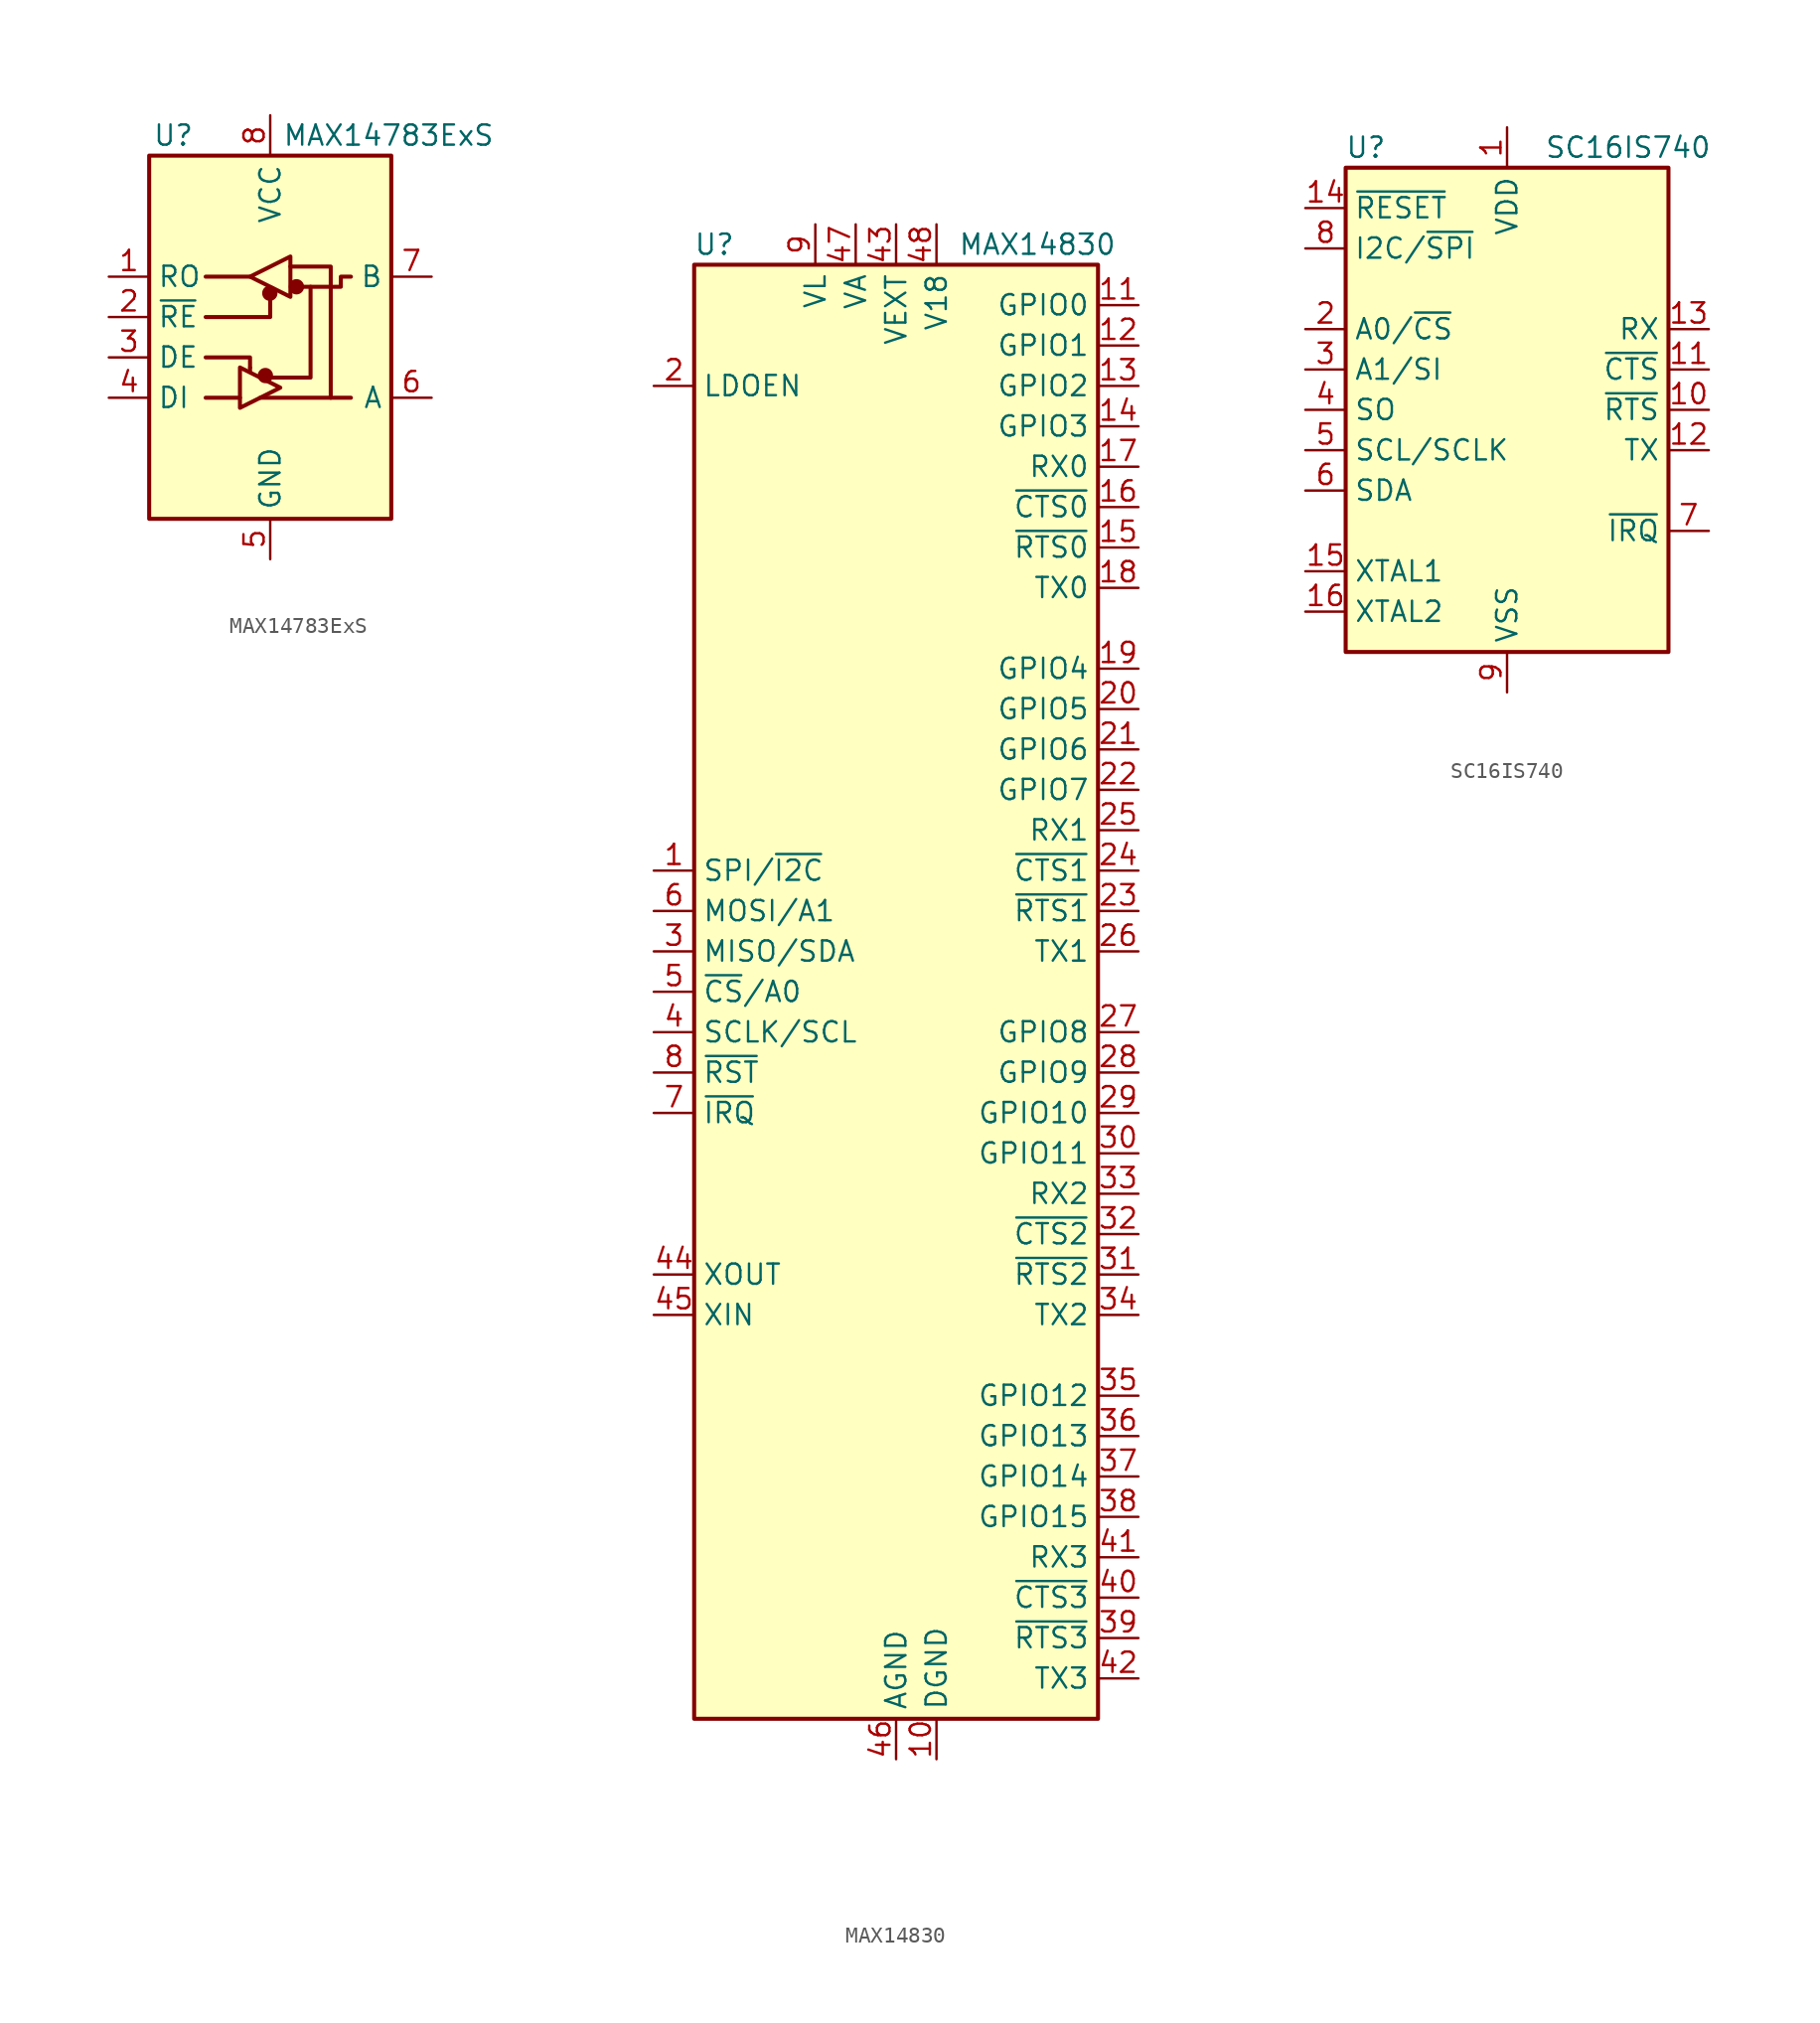
<source format=kicad_sym>
(kicad_symbol_lib
  (version 20201005)
  (generator kicad_symbol_editor)
  (symbol "Interface_UART:MAX14783ExS"
    (property "Reference" "U"
      (at -6.096 11.43 0)
      (effects (font (size 1.27 1.27))))
    (property "Value" "MAX14783ExS"
      (at 0.762 11.43 0)
      (effects (font (size 1.27 1.27)) (justify left)))
    (symbol "MAX14783ExS_0_1"
      (circle (center -0.305 -3.683) (radius 0.356) (stroke (width 0.254)) (fill (type outline)))
      (circle (center -0.025 1.499) (radius 0.356) (stroke (width 0.254)) (fill (type outline)))
      (circle (center 1.651 1.905) (radius 0.356) (stroke (width 0.254)) (fill (type outline)))
      (rectangle (start -7.62 10.16) (end 7.62 -12.7) (stroke (width 0.254)) (fill (type background)))
      (rectangle (start 1.27 3.175) (end 1.27 3.175) (stroke (width 0)) (fill (type none)))
      (polyline (pts (xy -4.064 -5.08) (xy -1.905 -5.08)) (stroke (width 0.254)) (fill (type none)))
      (polyline (pts (xy -4.064 2.54) (xy -1.27 2.54)) (stroke (width 0.254)) (fill (type none)))
      (polyline (pts (xy -1.27 -3.2) (xy -1.27 -3.454)) (stroke (width 0.254)) (fill (type none)))
      (polyline (pts (xy -0.635 -5.08) (xy 5.08 -5.08)) (stroke (width 0.254)) (fill (type none)))
      (polyline (pts (xy -4.064 -2.54) (xy -1.27 -2.54) (xy -1.27 -3.175)) (stroke (width 0.254)) (fill (type none)))
      (polyline (pts (xy 0 1.27) (xy 0 0) (xy -4.064 0)) (stroke (width 0.254)) (fill (type none)))
      (polyline (pts (xy 1.27 3.175) (xy 3.81 3.175) (xy 3.81 -5.08)) (stroke (width 0.254)) (fill (type none)))
      (polyline (pts (xy 2.54 1.905) (xy 2.54 -3.81) (xy 0 -3.81)) (stroke (width 0.254)) (fill (type none)))
      (polyline (pts (xy -1.905 -3.175) (xy -1.905 -5.715) (xy 0.635 -4.445) (xy -1.905 -3.175)) (stroke (width 0.254)) (fill (type none)))
      (polyline (pts (xy -1.27 2.54) (xy 1.27 3.81) (xy 1.27 1.27) (xy -1.27 2.54)) (stroke (width 0.254)) (fill (type none)))
      (polyline (pts (xy 1.905 1.905) (xy 4.445 1.905) (xy 4.445 2.54) (xy 5.08 2.54)) (stroke (width 0.254)) (fill (type none))))
    (symbol "MAX14783ExS_1_1"
      (pin output line (at -10.16 2.54 0) (length 2.54) (name "RO" (effects (font (size 1.27 1.27)))) (number "1" (effects (font (size 1.27 1.27)))))
      (pin input line (at -10.16 0 0) (length 2.54) (name "~RE" (effects (font (size 1.27 1.27)))) (number "2" (effects (font (size 1.27 1.27)))))
      (pin input line (at -10.16 -2.54 0) (length 2.54) (name "DE" (effects (font (size 1.27 1.27)))) (number "3" (effects (font (size 1.27 1.27)))))
      (pin input line (at -10.16 -5.08 0) (length 2.54) (name "DI" (effects (font (size 1.27 1.27)))) (number "4" (effects (font (size 1.27 1.27)))))
      (pin power_in line (at 0 -15.24 90) (length 2.54) (name "GND" (effects (font (size 1.27 1.27)))) (number "5" (effects (font (size 1.27 1.27)))))
      (pin bidirectional line (at 10.16 -5.08 180) (length 2.54) (name "A" (effects (font (size 1.27 1.27)))) (number "6" (effects (font (size 1.27 1.27)))))
      (pin bidirectional line (at 10.16 2.54 180) (length 2.54) (name "B" (effects (font (size 1.27 1.27)))) (number "7" (effects (font (size 1.27 1.27)))))
      (pin power_in line (at 0 12.7 270) (length 2.54) (name "VCC" (effects (font (size 1.27 1.27)))) (number "8" (effects (font (size 1.27 1.27)))))))
  (symbol "Interface_UART:MAX14830"
    (property "Reference" "U"
      (at -11.43 46.99 0)
      (effects (font (size 1.27 1.27))))
    (property "Value" "MAX14830"
      (at 8.89 46.99 0)
      (effects (font (size 1.27 1.27))))
    (symbol "MAX14830_0_1"
      (rectangle (start 12.7 45.72) (end -12.7 -45.72) (stroke (width 0.254)) (fill (type background))))
    (symbol "MAX14830_1_1"
      (pin input line (at -15.24 7.62 0) (length 2.54) (name "SPI/~I2C" (effects (font (size 1.27 1.27)))) (number "1" (effects (font (size 1.27 1.27)))))
      (pin power_in line (at 2.54 -48.26 90) (length 2.54) (name "DGND" (effects (font (size 1.27 1.27)))) (number "10" (effects (font (size 1.27 1.27)))))
      (pin bidirectional line (at 15.24 43.18 180) (length 2.54) (name "GPIO0" (effects (font (size 1.27 1.27)))) (number "11" (effects (font (size 1.27 1.27)))))
      (pin bidirectional line (at 15.24 40.64 180) (length 2.54) (name "GPIO1" (effects (font (size 1.27 1.27)))) (number "12" (effects (font (size 1.27 1.27)))))
      (pin bidirectional line (at 15.24 38.1 180) (length 2.54) (name "GPIO2" (effects (font (size 1.27 1.27)))) (number "13" (effects (font (size 1.27 1.27)))))
      (pin bidirectional line (at 15.24 35.56 180) (length 2.54) (name "GPIO3" (effects (font (size 1.27 1.27)))) (number "14" (effects (font (size 1.27 1.27)))))
      (pin output line (at 15.24 27.94 180) (length 2.54) (name "~RTS0" (effects (font (size 1.27 1.27)))) (number "15" (effects (font (size 1.27 1.27)))))
      (pin input line (at 15.24 30.48 180) (length 2.54) (name "~CTS0" (effects (font (size 1.27 1.27)))) (number "16" (effects (font (size 1.27 1.27)))))
      (pin input line (at 15.24 33.02 180) (length 2.54) (name "RX0" (effects (font (size 1.27 1.27)))) (number "17" (effects (font (size 1.27 1.27)))))
      (pin output line (at 15.24 25.4 180) (length 2.54) (name "TX0" (effects (font (size 1.27 1.27)))) (number "18" (effects (font (size 1.27 1.27)))))
      (pin bidirectional line (at 15.24 20.32 180) (length 2.54) (name "GPIO4" (effects (font (size 1.27 1.27)))) (number "19" (effects (font (size 1.27 1.27)))))
      (pin input line (at -15.24 38.1 0) (length 2.54) (name "LDOEN" (effects (font (size 1.27 1.27)))) (number "2" (effects (font (size 1.27 1.27)))))
      (pin bidirectional line (at 15.24 17.78 180) (length 2.54) (name "GPIO5" (effects (font (size 1.27 1.27)))) (number "20" (effects (font (size 1.27 1.27)))))
      (pin bidirectional line (at 15.24 15.24 180) (length 2.54) (name "GPIO6" (effects (font (size 1.27 1.27)))) (number "21" (effects (font (size 1.27 1.27)))))
      (pin bidirectional line (at 15.24 12.7 180) (length 2.54) (name "GPIO7" (effects (font (size 1.27 1.27)))) (number "22" (effects (font (size 1.27 1.27)))))
      (pin output line (at 15.24 5.08 180) (length 2.54) (name "~RTS1" (effects (font (size 1.27 1.27)))) (number "23" (effects (font (size 1.27 1.27)))))
      (pin input line (at 15.24 7.62 180) (length 2.54) (name "~CTS1" (effects (font (size 1.27 1.27)))) (number "24" (effects (font (size 1.27 1.27)))))
      (pin input line (at 15.24 10.16 180) (length 2.54) (name "RX1" (effects (font (size 1.27 1.27)))) (number "25" (effects (font (size 1.27 1.27)))))
      (pin output line (at 15.24 2.54 180) (length 2.54) (name "TX1" (effects (font (size 1.27 1.27)))) (number "26" (effects (font (size 1.27 1.27)))))
      (pin bidirectional line (at 15.24 -2.54 180) (length 2.54) (name "GPIO8" (effects (font (size 1.27 1.27)))) (number "27" (effects (font (size 1.27 1.27)))))
      (pin bidirectional line (at 15.24 -5.08 180) (length 2.54) (name "GPIO9" (effects (font (size 1.27 1.27)))) (number "28" (effects (font (size 1.27 1.27)))))
      (pin bidirectional line (at 15.24 -7.62 180) (length 2.54) (name "GPIO10" (effects (font (size 1.27 1.27)))) (number "29" (effects (font (size 1.27 1.27)))))
      (pin bidirectional line (at -15.24 2.54 0) (length 2.54) (name "MISO/SDA" (effects (font (size 1.27 1.27)))) (number "3" (effects (font (size 1.27 1.27)))))
      (pin bidirectional line (at 15.24 -10.16 180) (length 2.54) (name "GPIO11" (effects (font (size 1.27 1.27)))) (number "30" (effects (font (size 1.27 1.27)))))
      (pin output line (at 15.24 -17.78 180) (length 2.54) (name "~RTS2" (effects (font (size 1.27 1.27)))) (number "31" (effects (font (size 1.27 1.27)))))
      (pin input line (at 15.24 -15.24 180) (length 2.54) (name "~CTS2" (effects (font (size 1.27 1.27)))) (number "32" (effects (font (size 1.27 1.27)))))
      (pin input line (at 15.24 -12.7 180) (length 2.54) (name "RX2" (effects (font (size 1.27 1.27)))) (number "33" (effects (font (size 1.27 1.27)))))
      (pin output line (at 15.24 -20.32 180) (length 2.54) (name "TX2" (effects (font (size 1.27 1.27)))) (number "34" (effects (font (size 1.27 1.27)))))
      (pin bidirectional line (at 15.24 -25.4 180) (length 2.54) (name "GPIO12" (effects (font (size 1.27 1.27)))) (number "35" (effects (font (size 1.27 1.27)))))
      (pin bidirectional line (at 15.24 -27.94 180) (length 2.54) (name "GPIO13" (effects (font (size 1.27 1.27)))) (number "36" (effects (font (size 1.27 1.27)))))
      (pin bidirectional line (at 15.24 -30.48 180) (length 2.54) (name "GPIO14" (effects (font (size 1.27 1.27)))) (number "37" (effects (font (size 1.27 1.27)))))
      (pin bidirectional line (at 15.24 -33.02 180) (length 2.54) (name "GPIO15" (effects (font (size 1.27 1.27)))) (number "38" (effects (font (size 1.27 1.27)))))
      (pin output line (at 15.24 -40.64 180) (length 2.54) (name "~RTS3" (effects (font (size 1.27 1.27)))) (number "39" (effects (font (size 1.27 1.27)))))
      (pin input line (at -15.24 -2.54 0) (length 2.54) (name "SCLK/SCL" (effects (font (size 1.27 1.27)))) (number "4" (effects (font (size 1.27 1.27)))))
      (pin input line (at 15.24 -38.1 180) (length 2.54) (name "~CTS3" (effects (font (size 1.27 1.27)))) (number "40" (effects (font (size 1.27 1.27)))))
      (pin input line (at 15.24 -35.56 180) (length 2.54) (name "RX3" (effects (font (size 1.27 1.27)))) (number "41" (effects (font (size 1.27 1.27)))))
      (pin output line (at 15.24 -43.18 180) (length 2.54) (name "TX3" (effects (font (size 1.27 1.27)))) (number "42" (effects (font (size 1.27 1.27)))))
      (pin power_in line (at 0 48.26 270) (length 2.54) (name "VEXT" (effects (font (size 1.27 1.27)))) (number "43" (effects (font (size 1.27 1.27)))))
      (pin output line (at -15.24 -17.78 0) (length 2.54) (name "XOUT" (effects (font (size 1.27 1.27)))) (number "44" (effects (font (size 1.27 1.27)))))
      (pin input line (at -15.24 -20.32 0) (length 2.54) (name "XIN" (effects (font (size 1.27 1.27)))) (number "45" (effects (font (size 1.27 1.27)))))
      (pin power_in line (at 0 -48.26 90) (length 2.54) (name "AGND" (effects (font (size 1.27 1.27)))) (number "46" (effects (font (size 1.27 1.27)))))
      (pin power_in line (at -2.54 48.26 270) (length 2.54) (name "VA" (effects (font (size 1.27 1.27)))) (number "47" (effects (font (size 1.27 1.27)))))
      (pin power_out line (at 2.54 48.26 270) (length 2.54) (name "V18" (effects (font (size 1.27 1.27)))) (number "48" (effects (font (size 1.27 1.27)))))
      (pin passive line (at 0 -48.26 90) (length 2.54) hide (name "AGND" (effects (font (size 1.27 1.27)))) (number "49" (effects (font (size 1.27 1.27)))))
      (pin input line (at -15.24 0 0) (length 2.54) (name "~CS~/A0" (effects (font (size 1.27 1.27)))) (number "5" (effects (font (size 1.27 1.27)))))
      (pin input line (at -15.24 5.08 0) (length 2.54) (name "MOSI/A1" (effects (font (size 1.27 1.27)))) (number "6" (effects (font (size 1.27 1.27)))))
      (pin input line (at -15.24 -7.62 0) (length 2.54) (name "~IRQ" (effects (font (size 1.27 1.27)))) (number "7" (effects (font (size 1.27 1.27)))))
      (pin input line (at -15.24 -5.08 0) (length 2.54) (name "~RST" (effects (font (size 1.27 1.27)))) (number "8" (effects (font (size 1.27 1.27)))))
      (pin power_in line (at -5.08 48.26 270) (length 2.54) (name "VL" (effects (font (size 1.27 1.27)))) (number "9" (effects (font (size 1.27 1.27)))))))
  (symbol "Interface_UART:SC16IS740"
    (property "Reference" "U"
      (at -8.89 16.51 0)
      (effects (font (size 1.27 1.27))))
    (property "Value" "SC16IS740"
      (at 7.62 16.51 0)
      (effects (font (size 1.27 1.27))))
    (symbol "SC16IS740_0_1"
      (rectangle (start -10.16 15.24) (end 10.16 -15.24) (stroke (width 0.254)) (fill (type background))))
    (symbol "SC16IS740_1_1"
      (pin power_in line (at 0 17.78 270) (length 2.54) (name "VDD" (effects (font (size 1.27 1.27)))) (number "1" (effects (font (size 1.27 1.27)))))
      (pin output line (at 12.7 0 180) (length 2.54) (name "~RTS" (effects (font (size 1.27 1.27)))) (number "10" (effects (font (size 1.27 1.27)))))
      (pin input line (at 12.7 2.54 180) (length 2.54) (name "~CTS" (effects (font (size 1.27 1.27)))) (number "11" (effects (font (size 1.27 1.27)))))
      (pin output line (at 12.7 -2.54 180) (length 2.54) (name "TX" (effects (font (size 1.27 1.27)))) (number "12" (effects (font (size 1.27 1.27)))))
      (pin input line (at 12.7 5.08 180) (length 2.54) (name "RX" (effects (font (size 1.27 1.27)))) (number "13" (effects (font (size 1.27 1.27)))))
      (pin input line (at -12.7 12.7 0) (length 2.54) (name "~RESET" (effects (font (size 1.27 1.27)))) (number "14" (effects (font (size 1.27 1.27)))))
      (pin input line (at -12.7 -10.16 0) (length 2.54) (name "XTAL1" (effects (font (size 1.27 1.27)))) (number "15" (effects (font (size 1.27 1.27)))))
      (pin output line (at -12.7 -12.7 0) (length 2.54) (name "XTAL2" (effects (font (size 1.27 1.27)))) (number "16" (effects (font (size 1.27 1.27)))))
      (pin input line (at -12.7 5.08 0) (length 2.54) (name "A0/~CS" (effects (font (size 1.27 1.27)))) (number "2" (effects (font (size 1.27 1.27)))))
      (pin input line (at -12.7 2.54 0) (length 2.54) (name "A1/SI" (effects (font (size 1.27 1.27)))) (number "3" (effects (font (size 1.27 1.27)))))
      (pin output line (at -12.7 0 0) (length 2.54) (name "SO" (effects (font (size 1.27 1.27)))) (number "4" (effects (font (size 1.27 1.27)))))
      (pin input line (at -12.7 -2.54 0) (length 2.54) (name "SCL/SCLK" (effects (font (size 1.27 1.27)))) (number "5" (effects (font (size 1.27 1.27)))))
      (pin bidirectional line (at -12.7 -5.08 0) (length 2.54) (name "SDA" (effects (font (size 1.27 1.27)))) (number "6" (effects (font (size 1.27 1.27)))))
      (pin open_collector line (at 12.7 -7.62 180) (length 2.54) (name "~IRQ" (effects (font (size 1.27 1.27)))) (number "7" (effects (font (size 1.27 1.27)))))
      (pin input line (at -12.7 10.16 0) (length 2.54) (name "I2C/~SPI" (effects (font (size 1.27 1.27)))) (number "8" (effects (font (size 1.27 1.27)))))
      (pin power_in line (at 0 -17.78 90) (length 2.54) (name "VSS" (effects (font (size 1.27 1.27)))) (number "9" (effects (font (size 1.27 1.27))))))))
</source>
